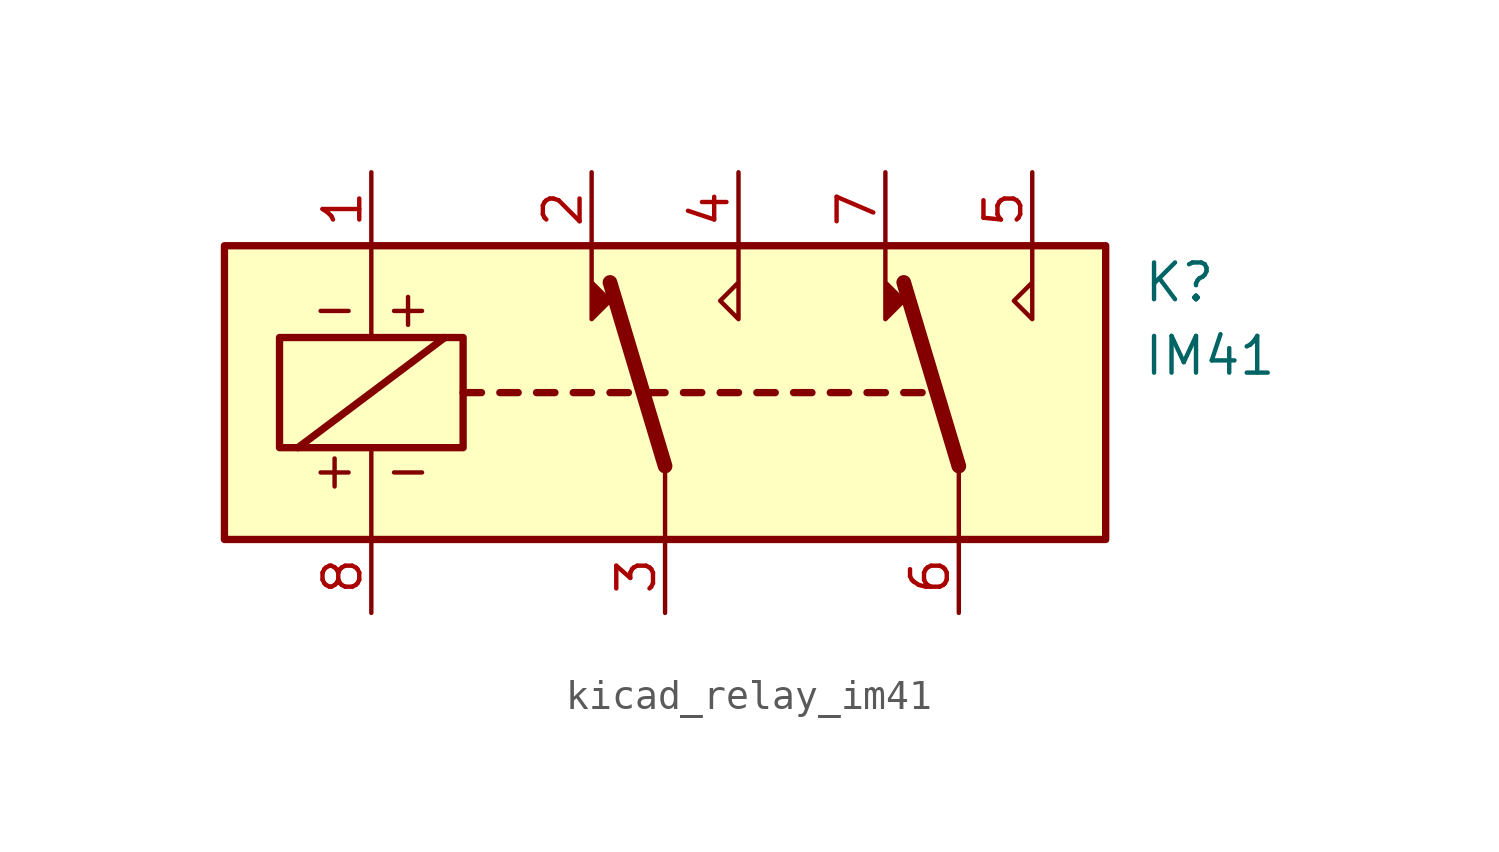
<source format=kicad_sym>
(kicad_symbol_lib
  (version 20220914)
  (generator kicad_symbol_editor)
  (symbol "kicad_relay_im41"
    (property "Reference" "K"
      (at 16.51 3.81 0)
      (effects (font (size 1.27 1.27)) (justify left)))
    (property "Value" "IM41"
      (at 16.51 1.27 0)
      (effects (font (size 1.27 1.27)) (justify left)))
    (symbol "kicad_relay_im41_0_0"
      (text "+ -" (at -10.16 -2.667 0) (effects (font (size 1.27 1.27))))
      (text "- +" (at -10.16 2.921 0) (effects (font (size 1.27 1.27)))))
    (symbol "kicad_relay_im41_0_1"
      (rectangle (start -15.24 5.08) (end 15.24 -5.08) (stroke (width 0.254) (type default)) (fill (type background)))
      (rectangle (start -13.335 1.905) (end -6.985 -1.905) (stroke (width 0.254) (type default)) (fill (type none)))
      (polyline (pts (xy -12.7 -1.905) (xy -7.62 1.905)) (stroke (width 0.254) (type default)) (fill (type none)))
      (polyline (pts (xy -10.16 -5.08) (xy -10.16 -1.905)) (stroke (width 0) (type default)) (fill (type none)))
      (polyline (pts (xy -10.16 5.08) (xy -10.16 1.905)) (stroke (width 0) (type default)) (fill (type none)))
      (polyline (pts (xy -6.985 0) (xy -6.35 0)) (stroke (width 0.254) (type default)) (fill (type none)))
      (polyline (pts (xy -5.715 0) (xy -5.08 0)) (stroke (width 0.254) (type default)) (fill (type none)))
      (polyline (pts (xy -4.445 0) (xy -3.81 0)) (stroke (width 0.254) (type default)) (fill (type none)))
      (polyline (pts (xy -3.175 0) (xy -2.54 0)) (stroke (width 0.254) (type default)) (fill (type none)))
      (polyline (pts (xy -1.905 0) (xy -1.27 0)) (stroke (width 0.254) (type default)) (fill (type none)))
      (polyline (pts (xy -0.635 0) (xy 0 0)) (stroke (width 0.254) (type default)) (fill (type none)))
      (polyline (pts (xy 0 -2.54) (xy -1.905 3.81)) (stroke (width 0.508) (type default)) (fill (type none)))
      (polyline (pts (xy 0 -2.54) (xy 0 -5.08)) (stroke (width 0) (type default)) (fill (type none)))
      (polyline (pts (xy 0.635 0) (xy 1.27 0)) (stroke (width 0.254) (type default)) (fill (type none)))
      (polyline (pts (xy 1.905 0) (xy 2.54 0)) (stroke (width 0.254) (type default)) (fill (type none)))
      (polyline (pts (xy 3.175 0) (xy 3.81 0)) (stroke (width 0.254) (type default)) (fill (type none)))
      (polyline (pts (xy 4.445 0) (xy 5.08 0)) (stroke (width 0.254) (type default)) (fill (type none)))
      (polyline (pts (xy 5.715 0) (xy 6.35 0)) (stroke (width 0.254) (type default)) (fill (type none)))
      (polyline (pts (xy 6.985 0) (xy 7.62 0)) (stroke (width 0.254) (type default)) (fill (type none)))
      (polyline (pts (xy 8.255 0) (xy 8.89 0)) (stroke (width 0.254) (type default)) (fill (type none)))
      (polyline (pts (xy 10.16 -2.54) (xy 8.255 3.81)) (stroke (width 0.508) (type default)) (fill (type none)))
      (polyline (pts (xy 10.16 -2.54) (xy 10.16 -5.08)) (stroke (width 0) (type default)) (fill (type none)))
      (polyline (pts (xy -2.54 5.08) (xy -2.54 2.54) (xy -1.905 3.175) (xy -2.54 3.81)) (stroke (width 0) (type default)) (fill (type outline)))
      (polyline (pts (xy 2.54 5.08) (xy 2.54 2.54) (xy 1.905 3.175) (xy 2.54 3.81)) (stroke (width 0) (type default)) (fill (type none)))
      (polyline (pts (xy 7.62 5.08) (xy 7.62 2.54) (xy 8.255 3.175) (xy 7.62 3.81)) (stroke (width 0) (type default)) (fill (type outline)))
      (polyline (pts (xy 12.7 5.08) (xy 12.7 2.54) (xy 12.065 3.175) (xy 12.7 3.81)) (stroke (width 0) (type default)) (fill (type none))))
    (symbol "kicad_relay_im41_1_1"
      (pin passive line (at -10.16 7.62 270) (length 2.54) (name "~" (effects (font (size 1.27 1.27)))) (number "1" (effects (font (size 1.27 1.27)))))
      (pin passive line (at -2.54 7.62 270) (length 2.54) (name "~" (effects (font (size 1.27 1.27)))) (number "2" (effects (font (size 1.27 1.27)))))
      (pin passive line (at 0 -7.62 90) (length 2.54) (name "~" (effects (font (size 1.27 1.27)))) (number "3" (effects (font (size 1.27 1.27)))))
      (pin passive line (at 2.54 7.62 270) (length 2.54) (name "~" (effects (font (size 1.27 1.27)))) (number "4" (effects (font (size 1.27 1.27)))))
      (pin passive line (at 12.7 7.62 270) (length 2.54) (name "~" (effects (font (size 1.27 1.27)))) (number "5" (effects (font (size 1.27 1.27)))))
      (pin passive line (at 10.16 -7.62 90) (length 2.54) (name "~" (effects (font (size 1.27 1.27)))) (number "6" (effects (font (size 1.27 1.27)))))
      (pin passive line (at 7.62 7.62 270) (length 2.54) (name "~" (effects (font (size 1.27 1.27)))) (number "7" (effects (font (size 1.27 1.27)))))
      (pin passive line (at -10.16 -7.62 90) (length 2.54) (name "~" (effects (font (size 1.27 1.27)))) (number "8" (effects (font (size 1.27 1.27))))))))
</source>
